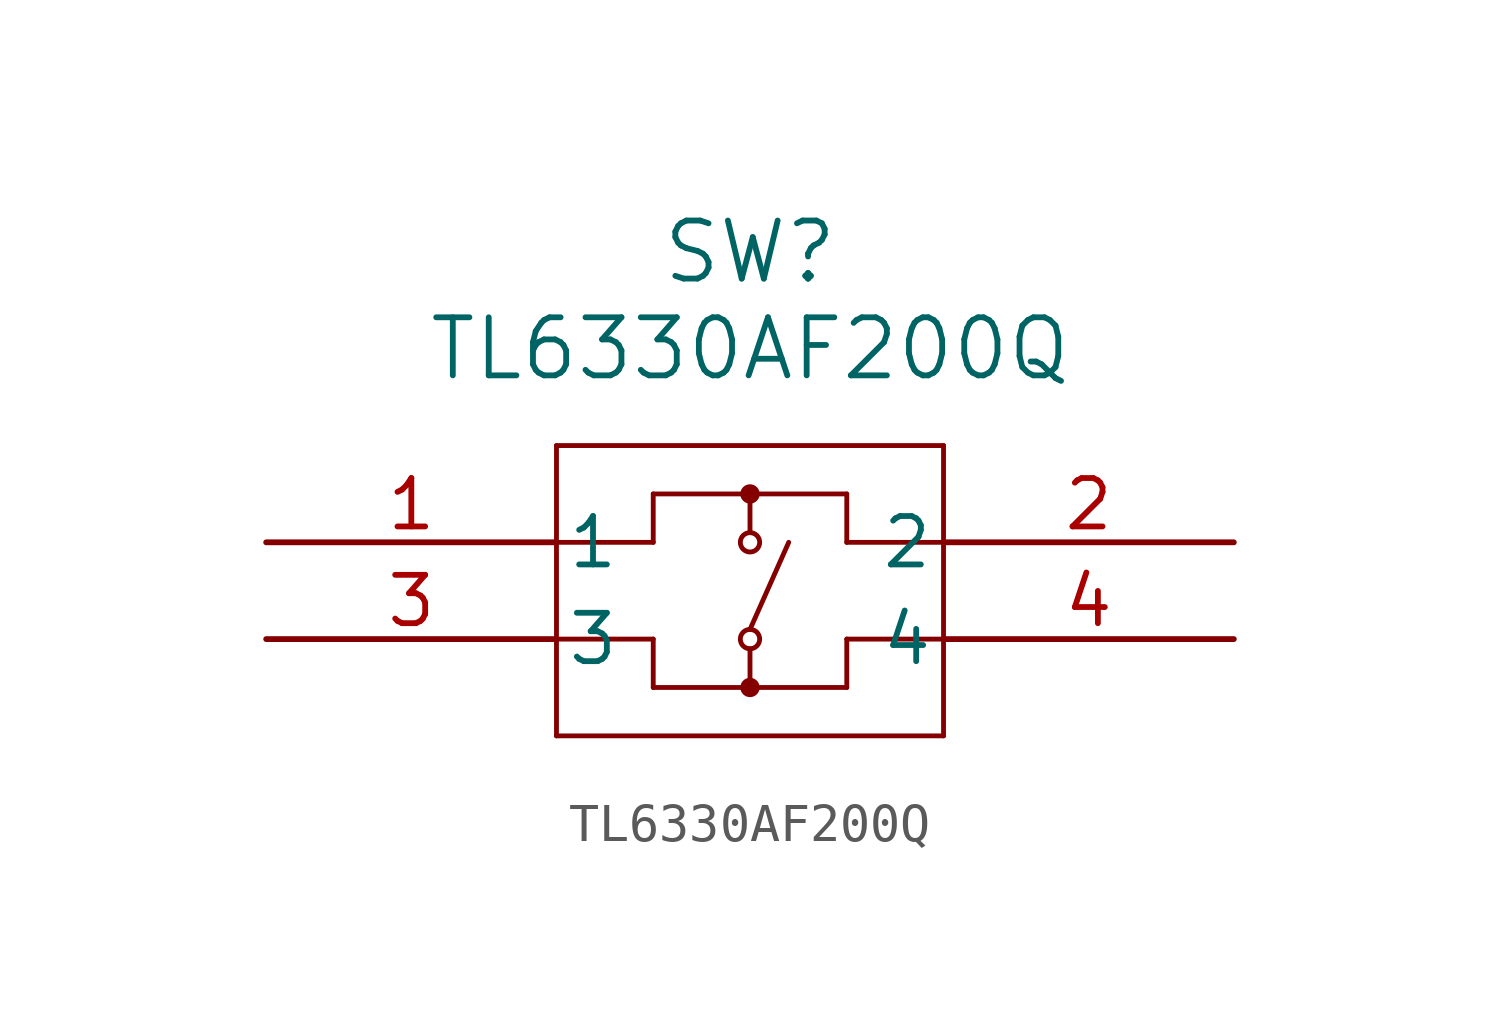
<source format=kicad_sym>
(kicad_symbol_lib
  (version 20211014)
  (generator kicad_symbol_editor)
  (symbol "TL6330AF200Q"
    (pin_names
      (offset 0.254))
    (property "Reference" "SW"
      (at 12.7 7.62 0)
      (effects (font (size 1.524 1.524))))
    (property "Value" "TL6330AF200Q"
      (at 12.7 5.08 0)
      (effects (font (size 1.524 1.524))))
    (symbol "TL6330AF200Q_0_1"
      (polyline (pts (xy 7.62 2.54) (xy 7.62 -5.08)) (stroke (width 0.127) (type default) (color 0 0 0 0)) (fill (type none)))
      (polyline (pts (xy 7.62 -5.08) (xy 17.78 -5.08)) (stroke (width 0.127) (type default) (color 0 0 0 0)) (fill (type none)))
      (polyline (pts (xy 17.78 -5.08) (xy 17.78 2.54)) (stroke (width 0.127) (type default) (color 0 0 0 0)) (fill (type none)))
      (polyline (pts (xy 17.78 2.54) (xy 7.62 2.54)) (stroke (width 0.127) (type default) (color 0 0 0 0)) (fill (type none)))
      (polyline (pts (xy 7.62 0) (xy 10.16 0)) (stroke (width 0.127) (type default) (color 0 0 0 0)) (fill (type none)))
      (polyline (pts (xy 10.16 0) (xy 10.16 1.27)) (stroke (width 0.127) (type default) (color 0 0 0 0)) (fill (type none)))
      (polyline (pts (xy 10.16 1.27) (xy 15.24 1.27)) (stroke (width 0.127) (type default) (color 0 0 0 0)) (fill (type none)))
      (polyline (pts (xy 15.24 1.27) (xy 15.24 0)) (stroke (width 0.127) (type default) (color 0 0 0 0)) (fill (type none)))
      (polyline (pts (xy 15.24 0) (xy 17.78 0)) (stroke (width 0.127) (type default) (color 0 0 0 0)) (fill (type none)))
      (polyline (pts (xy 17.78 -2.54) (xy 15.24 -2.54)) (stroke (width 0.127) (type default) (color 0 0 0 0)) (fill (type none)))
      (polyline (pts (xy 15.24 -2.54) (xy 15.24 -3.81)) (stroke (width 0.127) (type default) (color 0 0 0 0)) (fill (type none)))
      (polyline (pts (xy 15.24 -3.81) (xy 10.16 -3.81)) (stroke (width 0.127) (type default) (color 0 0 0 0)) (fill (type none)))
      (polyline (pts (xy 10.16 -3.81) (xy 10.16 -2.54)) (stroke (width 0.127) (type default) (color 0 0 0 0)) (fill (type none)))
      (polyline (pts (xy 10.16 -2.54) (xy 7.62 -2.54)) (stroke (width 0.127) (type default) (color 0 0 0 0)) (fill (type none)))
      (polyline (pts (xy 12.7 1.27) (xy 12.7 0.254)) (stroke (width 0.127) (type default) (color 0 0 0 0)) (fill (type none)))
      (polyline (pts (xy 12.7 -2.794) (xy 12.7 -3.81)) (stroke (width 0.127) (type default) (color 0 0 0 0)) (fill (type none)))
      (circle (center 12.7 0) (radius 0.254) (stroke (width 0.127) (type default) (color 0 0 0 0)) (fill (type none)))
      (circle (center 12.7 -2.54) (radius 0.254) (stroke (width 0.127) (type default) (color 0 0 0 0)) (fill (type none)))
      (polyline (pts (xy 13.716 0) (xy 12.7 -2.286)) (stroke (width 0.127) (type default) (color 0 0 0 0)) (fill (type none)))
      (circle (center 12.7 1.27) (radius 0.127) (stroke (width 0.254) (type default) (color 0 0 0 0)) (fill (type none)))
      (circle (center 12.7 -3.81) (radius 0.127) (stroke (width 0.254) (type default) (color 0 0 0 0)) (fill (type none)))
      (pin unspecified line (at 0 0 0) (length 7.62) (name "1" (effects (font (size 1.27 1.27)))) (number "1" (effects (font (size 1.27 1.27)))))
      (pin unspecified line (at 25.4 0 180) (length 7.62) (name "2" (effects (font (size 1.27 1.27)))) (number "2" (effects (font (size 1.27 1.27)))))
      (pin unspecified line (at 0 -2.54 0) (length 7.62) (name "3" (effects (font (size 1.27 1.27)))) (number "3" (effects (font (size 1.27 1.27)))))
      (pin unspecified line (at 25.4 -2.54 180) (length 7.62) (name "4" (effects (font (size 1.27 1.27)))) (number "4" (effects (font (size 1.27 1.27))))))))
</source>
